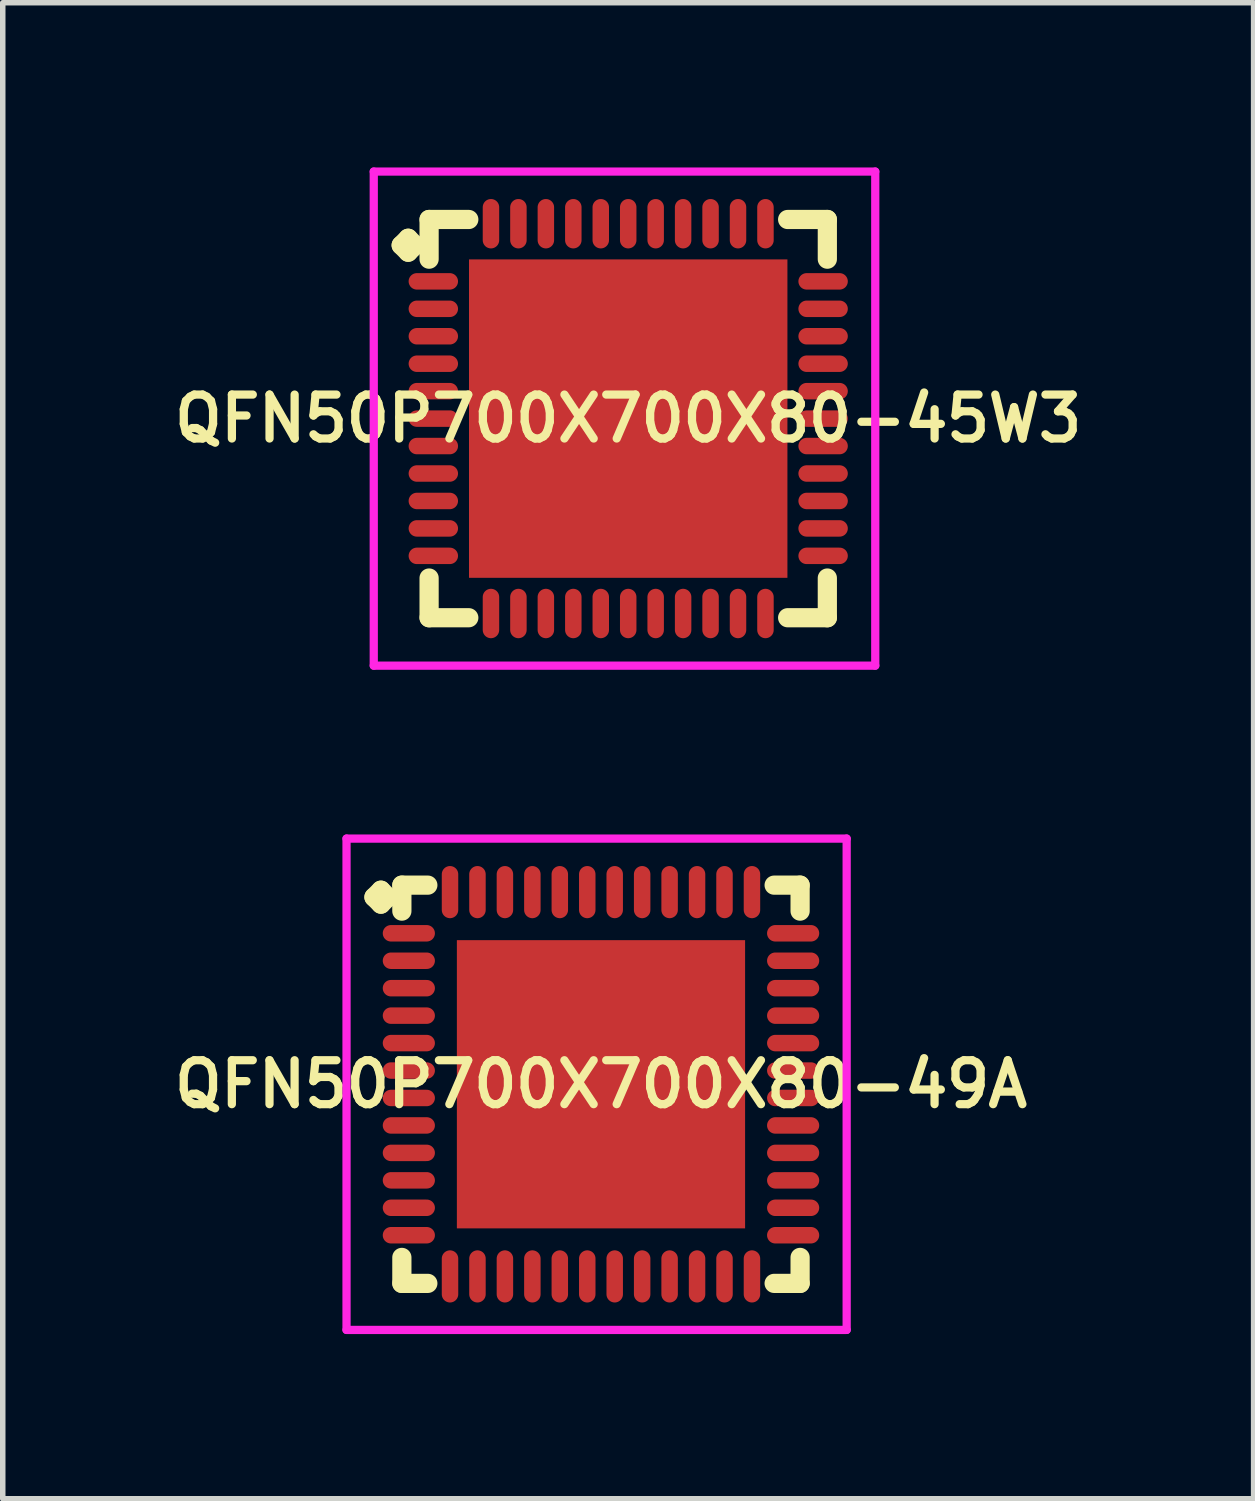
<source format=kicad_pcb>
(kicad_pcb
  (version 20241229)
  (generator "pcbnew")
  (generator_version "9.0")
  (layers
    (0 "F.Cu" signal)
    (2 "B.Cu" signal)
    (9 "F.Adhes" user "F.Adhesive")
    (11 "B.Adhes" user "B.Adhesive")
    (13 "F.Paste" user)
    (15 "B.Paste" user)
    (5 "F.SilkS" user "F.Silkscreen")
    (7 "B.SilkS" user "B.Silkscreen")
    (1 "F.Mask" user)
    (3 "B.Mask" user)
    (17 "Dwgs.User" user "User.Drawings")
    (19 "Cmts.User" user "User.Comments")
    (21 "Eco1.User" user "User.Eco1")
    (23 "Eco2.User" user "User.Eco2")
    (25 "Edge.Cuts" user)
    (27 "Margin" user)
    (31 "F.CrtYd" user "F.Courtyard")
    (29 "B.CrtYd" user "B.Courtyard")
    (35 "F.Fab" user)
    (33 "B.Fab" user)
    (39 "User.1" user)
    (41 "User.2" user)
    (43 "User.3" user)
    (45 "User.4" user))
  (footprint "QFN50P700X700X80-49A"
    (layer "F.Cu")
    (at 7.897 16.7)
    (property "Reference" "QFN50P700X700X80-49A" (at 0 0 0) (layer "F.SilkS") (effects (font (size 0.8 0.8) (thickness 0.15))))
    (attr smd)
    (fp_line (start -4.135 -3.408) (end -4.008 -3.535) (stroke (width 0.35) (type solid)) (layer "F.SilkS"))
    (fp_line (start -4.008 -3.535) (end -3.881 -3.408) (stroke (width 0.35) (type solid)) (layer "F.SilkS"))
    (fp_line (start -4.008 -3.281) (end -4.135 -3.408) (stroke (width 0.35) (type solid)) (layer "F.SilkS"))
    (fp_line (start -3.881 -3.408) (end -4.008 -3.281) (stroke (width 0.35) (type solid)) (layer "F.SilkS"))
    (fp_line (start -3.627 -3.627) (end -3.154 -3.627) (stroke (width 0.35) (type solid)) (layer "F.SilkS"))
    (fp_line (start -3.627 -3.154) (end -3.627 -3.627) (stroke (width 0.35) (type solid)) (layer "F.SilkS"))
    (fp_line (start -3.627 3.154) (end -3.627 3.627) (stroke (width 0.35) (type solid)) (layer "F.SilkS"))
    (fp_line (start -3.627 3.627) (end -3.154 3.627) (stroke (width 0.35) (type solid)) (layer "F.SilkS"))
    (fp_line (start 3.154 -3.627) (end 3.627 -3.627) (stroke (width 0.35) (type solid)) (layer "F.SilkS"))
    (fp_line (start 3.154 3.627) (end 3.627 3.627) (stroke (width 0.35) (type solid)) (layer "F.SilkS"))
    (fp_line (start 3.627 -3.627) (end 3.627 -3.154) (stroke (width 0.35) (type solid)) (layer "F.SilkS"))
    (fp_line (start 3.627 3.627) (end 3.627 3.154) (stroke (width 0.35) (type solid)) (layer "F.SilkS"))
    (fp_line (start -4.635 -4.475) (end 4.475 -4.475) (stroke (width 0.15) (type solid)) (layer "F.CrtYd"))
    (fp_line (start -4.635 4.475) (end -4.635 -4.475) (stroke (width 0.15) (type solid)) (layer "F.CrtYd"))
    (fp_line (start 4.475 -4.475) (end 4.475 4.475) (stroke (width 0.15) (type solid)) (layer "F.CrtYd"))
    (fp_line (start 4.475 4.475) (end -4.635 4.475) (stroke (width 0.15) (type solid)) (layer "F.CrtYd"))
    (pad "1" smd oval (at -3.5 -2.75) (size 0.95 0.3) (layers "F.Cu" "F.Mask" "F.Paste"))
    (pad "2" smd oval (at -3.5 -2.25) (size 0.95 0.3) (layers "F.Cu" "F.Mask" "F.Paste"))
    (pad "3" smd oval (at -3.5 -1.75) (size 0.95 0.3) (layers "F.Cu" "F.Mask" "F.Paste"))
    (pad "4" smd oval (at -3.5 -1.25) (size 0.95 0.3) (layers "F.Cu" "F.Mask" "F.Paste"))
    (pad "5" smd oval (at -3.5 -0.75) (size 0.95 0.3) (layers "F.Cu" "F.Mask" "F.Paste"))
    (pad "6" smd oval (at -3.5 -0.25) (size 0.95 0.3) (layers "F.Cu" "F.Mask" "F.Paste"))
    (pad "7" smd oval (at -3.5 0.25) (size 0.95 0.3) (layers "F.Cu" "F.Mask" "F.Paste"))
    (pad "8" smd oval (at -3.5 0.75) (size 0.95 0.3) (layers "F.Cu" "F.Mask" "F.Paste"))
    (pad "9" smd oval (at -3.5 1.25) (size 0.95 0.3) (layers "F.Cu" "F.Mask" "F.Paste"))
    (pad "10" smd oval (at -3.5 1.75) (size 0.95 0.3) (layers "F.Cu" "F.Mask" "F.Paste"))
    (pad "11" smd oval (at -3.5 2.25) (size 0.95 0.3) (layers "F.Cu" "F.Mask" "F.Paste"))
    (pad "12" smd oval (at -3.5 2.75) (size 0.95 0.3) (layers "F.Cu" "F.Mask" "F.Paste"))
    (pad "13" smd oval (at -2.75 3.5) (size 0.3 0.95) (layers "F.Cu" "F.Mask" "F.Paste"))
    (pad "14" smd oval (at -2.25 3.5) (size 0.3 0.95) (layers "F.Cu" "F.Mask" "F.Paste"))
    (pad "15" smd oval (at -1.75 3.5) (size 0.3 0.95) (layers "F.Cu" "F.Mask" "F.Paste"))
    (pad "16" smd oval (at -1.25 3.5) (size 0.3 0.95) (layers "F.Cu" "F.Mask" "F.Paste"))
    (pad "17" smd oval (at -0.75 3.5) (size 0.3 0.95) (layers "F.Cu" "F.Mask" "F.Paste"))
    (pad "18" smd oval (at -0.25 3.5) (size 0.3 0.95) (layers "F.Cu" "F.Mask" "F.Paste"))
    (pad "19" smd oval (at 0.25 3.5) (size 0.3 0.95) (layers "F.Cu" "F.Mask" "F.Paste"))
    (pad "20" smd oval (at 0.75 3.5) (size 0.3 0.95) (layers "F.Cu" "F.Mask" "F.Paste"))
    (pad "21" smd oval (at 1.25 3.5) (size 0.3 0.95) (layers "F.Cu" "F.Mask" "F.Paste"))
    (pad "22" smd oval (at 1.75 3.5) (size 0.3 0.95) (layers "F.Cu" "F.Mask" "F.Paste"))
    (pad "23" smd oval (at 2.25 3.5) (size 0.3 0.95) (layers "F.Cu" "F.Mask" "F.Paste"))
    (pad "24" smd oval (at 2.75 3.5) (size 0.3 0.95) (layers "F.Cu" "F.Mask" "F.Paste"))
    (pad "25" smd oval (at 3.5 2.75) (size 0.95 0.3) (layers "F.Cu" "F.Mask" "F.Paste"))
    (pad "26" smd oval (at 3.5 2.25) (size 0.95 0.3) (layers "F.Cu" "F.Mask" "F.Paste"))
    (pad "27" smd oval (at 3.5 1.75) (size 0.95 0.3) (layers "F.Cu" "F.Mask" "F.Paste"))
    (pad "28" smd oval (at 3.5 1.25) (size 0.95 0.3) (layers "F.Cu" "F.Mask" "F.Paste"))
    (pad "29" smd oval (at 3.5 0.75) (size 0.95 0.3) (layers "F.Cu" "F.Mask" "F.Paste"))
    (pad "30" smd oval (at 3.5 0.25) (size 0.95 0.3) (layers "F.Cu" "F.Mask" "F.Paste"))
    (pad "31" smd oval (at 3.5 -0.25) (size 0.95 0.3) (layers "F.Cu" "F.Mask" "F.Paste"))
    (pad "32" smd oval (at 3.5 -0.75) (size 0.95 0.3) (layers "F.Cu" "F.Mask" "F.Paste"))
    (pad "33" smd oval (at 3.5 -1.25) (size 0.95 0.3) (layers "F.Cu" "F.Mask" "F.Paste"))
    (pad "34" smd oval (at 3.5 -1.75) (size 0.95 0.3) (layers "F.Cu" "F.Mask" "F.Paste"))
    (pad "35" smd oval (at 3.5 -2.25) (size 0.95 0.3) (layers "F.Cu" "F.Mask" "F.Paste"))
    (pad "36" smd oval (at 3.5 -2.75) (size 0.95 0.3) (layers "F.Cu" "F.Mask" "F.Paste"))
    (pad "37" smd oval (at 2.75 -3.5) (size 0.3 0.95) (layers "F.Cu" "F.Mask" "F.Paste"))
    (pad "38" smd oval (at 2.25 -3.5) (size 0.3 0.95) (layers "F.Cu" "F.Mask" "F.Paste"))
    (pad "39" smd oval (at 1.75 -3.5) (size 0.3 0.95) (layers "F.Cu" "F.Mask" "F.Paste"))
    (pad "40" smd oval (at 1.25 -3.5) (size 0.3 0.95) (layers "F.Cu" "F.Mask" "F.Paste"))
    (pad "41" smd oval (at 0.75 -3.5) (size 0.3 0.95) (layers "F.Cu" "F.Mask" "F.Paste"))
    (pad "42" smd oval (at 0.25 -3.5) (size 0.3 0.95) (layers "F.Cu" "F.Mask" "F.Paste"))
    (pad "43" smd oval (at -0.25 -3.5) (size 0.3 0.95) (layers "F.Cu" "F.Mask" "F.Paste"))
    (pad "44" smd oval (at -0.75 -3.5) (size 0.3 0.95) (layers "F.Cu" "F.Mask" "F.Paste"))
    (pad "45" smd oval (at -1.25 -3.5) (size 0.3 0.95) (layers "F.Cu" "F.Mask" "F.Paste"))
    (pad "46" smd oval (at -1.75 -3.5) (size 0.3 0.95) (layers "F.Cu" "F.Mask" "F.Paste"))
    (pad "47" smd oval (at -2.25 -3.5) (size 0.3 0.95) (layers "F.Cu" "F.Mask" "F.Paste"))
    (pad "48" smd oval (at -2.75 -3.5) (size 0.3 0.95) (layers "F.Cu" "F.Mask" "F.Paste"))
    (pad "49" smd rect (at 0 0) (size 5.25 5.25) (layers "F.Cu" "F.Mask" "F.Paste")))
  (footprint "QFN50P700X700X80-45W3"
    (layer "F.Cu")
    (at 8.393 4.575)
    (property "Reference" "QFN50P700X700X80-45W3" (at 0 0 0) (layer "F.SilkS") (effects (font (size 0.8 0.8) (thickness 0.15))))
    (attr smd)
    (fp_line (start -4.135 -3.158) (end -4.008 -3.285) (stroke (width 0.35) (type solid)) (layer "F.SilkS"))
    (fp_line (start -4.008 -3.285) (end -3.881 -3.158) (stroke (width 0.35) (type solid)) (layer "F.SilkS"))
    (fp_line (start -4.008 -3.031) (end -4.135 -3.158) (stroke (width 0.35) (type solid)) (layer "F.SilkS"))
    (fp_line (start -3.881 -3.158) (end -4.008 -3.031) (stroke (width 0.35) (type solid)) (layer "F.SilkS"))
    (fp_line (start -3.627 -3.627) (end -2.904 -3.627) (stroke (width 0.35) (type solid)) (layer "F.SilkS"))
    (fp_line (start -3.627 -2.904) (end -3.627 -3.627) (stroke (width 0.35) (type solid)) (layer "F.SilkS"))
    (fp_line (start -3.627 2.904) (end -3.627 3.627) (stroke (width 0.35) (type solid)) (layer "F.SilkS"))
    (fp_line (start -3.627 3.627) (end -2.904 3.627) (stroke (width 0.35) (type solid)) (layer "F.SilkS"))
    (fp_line (start 2.904 -3.627) (end 3.627 -3.627) (stroke (width 0.35) (type solid)) (layer "F.SilkS"))
    (fp_line (start 2.904 3.627) (end 3.627 3.627) (stroke (width 0.35) (type solid)) (layer "F.SilkS"))
    (fp_line (start 3.627 -3.627) (end 3.627 -2.904) (stroke (width 0.35) (type solid)) (layer "F.SilkS"))
    (fp_line (start 3.627 3.627) (end 3.627 2.904) (stroke (width 0.35) (type solid)) (layer "F.SilkS"))
    (fp_line (start -4.635 -4.5) (end 4.5 -4.5) (stroke (width 0.15) (type solid)) (layer "F.CrtYd"))
    (fp_line (start -4.635 4.5) (end -4.635 -4.5) (stroke (width 0.15) (type solid)) (layer "F.CrtYd"))
    (fp_line (start 4.5 -4.5) (end 4.5 4.5) (stroke (width 0.15) (type solid)) (layer "F.CrtYd"))
    (fp_line (start 4.5 4.5) (end -4.635 4.5) (stroke (width 0.15) (type solid)) (layer "F.CrtYd"))
    (pad "1" smd oval (at -3.55 -2.5) (size 0.9 0.3) (layers "F.Cu" "F.Mask" "F.Paste"))
    (pad "2" smd oval (at -3.55 -2) (size 0.9 0.3) (layers "F.Cu" "F.Mask" "F.Paste"))
    (pad "3" smd oval (at -3.55 -1.5) (size 0.9 0.3) (layers "F.Cu" "F.Mask" "F.Paste"))
    (pad "4" smd oval (at -3.55 -1) (size 0.9 0.3) (layers "F.Cu" "F.Mask" "F.Paste"))
    (pad "5" smd oval (at -3.55 -0.5) (size 0.9 0.3) (layers "F.Cu" "F.Mask" "F.Paste"))
    (pad "6" smd oval (at -3.55 0) (size 0.9 0.3) (layers "F.Cu" "F.Mask" "F.Paste"))
    (pad "7" smd oval (at -3.55 0.5) (size 0.9 0.3) (layers "F.Cu" "F.Mask" "F.Paste"))
    (pad "8" smd oval (at -3.55 1) (size 0.9 0.3) (layers "F.Cu" "F.Mask" "F.Paste"))
    (pad "9" smd oval (at -3.55 1.5) (size 0.9 0.3) (layers "F.Cu" "F.Mask" "F.Paste"))
    (pad "10" smd oval (at -3.55 2) (size 0.9 0.3) (layers "F.Cu" "F.Mask" "F.Paste"))
    (pad "11" smd oval (at -3.55 2.5) (size 0.9 0.3) (layers "F.Cu" "F.Mask" "F.Paste"))
    (pad "12" smd oval (at -2.5 3.55) (size 0.3 0.9) (layers "F.Cu" "F.Mask" "F.Paste"))
    (pad "13" smd oval (at -2 3.55) (size 0.3 0.9) (layers "F.Cu" "F.Mask" "F.Paste"))
    (pad "14" smd oval (at -1.5 3.55) (size 0.3 0.9) (layers "F.Cu" "F.Mask" "F.Paste"))
    (pad "15" smd oval (at -1 3.55) (size 0.3 0.9) (layers "F.Cu" "F.Mask" "F.Paste"))
    (pad "16" smd oval (at -0.5 3.55) (size 0.3 0.9) (layers "F.Cu" "F.Mask" "F.Paste"))
    (pad "17" smd oval (at 0 3.55) (size 0.3 0.9) (layers "F.Cu" "F.Mask" "F.Paste"))
    (pad "18" smd oval (at 0.5 3.55) (size 0.3 0.9) (layers "F.Cu" "F.Mask" "F.Paste"))
    (pad "19" smd oval (at 1 3.55) (size 0.3 0.9) (layers "F.Cu" "F.Mask" "F.Paste"))
    (pad "20" smd oval (at 1.5 3.55) (size 0.3 0.9) (layers "F.Cu" "F.Mask" "F.Paste"))
    (pad "21" smd oval (at 2 3.55) (size 0.3 0.9) (layers "F.Cu" "F.Mask" "F.Paste"))
    (pad "22" smd oval (at 2.5 3.55) (size 0.3 0.9) (layers "F.Cu" "F.Mask" "F.Paste"))
    (pad "23" smd oval (at 3.55 2.5) (size 0.9 0.3) (layers "F.Cu" "F.Mask" "F.Paste"))
    (pad "24" smd oval (at 3.55 2) (size 0.9 0.3) (layers "F.Cu" "F.Mask" "F.Paste"))
    (pad "25" smd oval (at 3.55 1.5) (size 0.9 0.3) (layers "F.Cu" "F.Mask" "F.Paste"))
    (pad "26" smd oval (at 3.55 1) (size 0.9 0.3) (layers "F.Cu" "F.Mask" "F.Paste"))
    (pad "27" smd oval (at 3.55 0.5) (size 0.9 0.3) (layers "F.Cu" "F.Mask" "F.Paste"))
    (pad "28" smd oval (at 3.55 0) (size 0.9 0.3) (layers "F.Cu" "F.Mask" "F.Paste"))
    (pad "29" smd oval (at 3.55 -0.5) (size 0.9 0.3) (layers "F.Cu" "F.Mask" "F.Paste"))
    (pad "30" smd oval (at 3.55 -1) (size 0.9 0.3) (layers "F.Cu" "F.Mask" "F.Paste"))
    (pad "31" smd oval (at 3.55 -1.5) (size 0.9 0.3) (layers "F.Cu" "F.Mask" "F.Paste"))
    (pad "32" smd oval (at 3.55 -2) (size 0.9 0.3) (layers "F.Cu" "F.Mask" "F.Paste"))
    (pad "33" smd oval (at 3.55 -2.5) (size 0.9 0.3) (layers "F.Cu" "F.Mask" "F.Paste"))
    (pad "34" smd oval (at 2.5 -3.55) (size 0.3 0.9) (layers "F.Cu" "F.Mask" "F.Paste"))
    (pad "35" smd oval (at 2 -3.55) (size 0.3 0.9) (layers "F.Cu" "F.Mask" "F.Paste"))
    (pad "36" smd oval (at 1.5 -3.55) (size 0.3 0.9) (layers "F.Cu" "F.Mask" "F.Paste"))
    (pad "37" smd oval (at 1 -3.55) (size 0.3 0.9) (layers "F.Cu" "F.Mask" "F.Paste"))
    (pad "38" smd oval (at 0.5 -3.55) (size 0.3 0.9) (layers "F.Cu" "F.Mask" "F.Paste"))
    (pad "39" smd oval (at 0 -3.55) (size 0.3 0.9) (layers "F.Cu" "F.Mask" "F.Paste"))
    (pad "40" smd oval (at -0.5 -3.55) (size 0.3 0.9) (layers "F.Cu" "F.Mask" "F.Paste"))
    (pad "41" smd oval (at -1 -3.55) (size 0.3 0.9) (layers "F.Cu" "F.Mask" "F.Paste"))
    (pad "42" smd oval (at -1.5 -3.55) (size 0.3 0.9) (layers "F.Cu" "F.Mask" "F.Paste"))
    (pad "43" smd oval (at -2 -3.55) (size 0.3 0.9) (layers "F.Cu" "F.Mask" "F.Paste"))
    (pad "44" smd oval (at -2.5 -3.55) (size 0.3 0.9) (layers "F.Cu" "F.Mask" "F.Paste"))
    (pad "45" smd rect (at 0 0) (size 5.8 5.8) (layers "F.Cu" "F.Mask" "F.Paste")))
  (gr_rect
    (start -3 -3)
    (end 19.785 24.25)
    (stroke (width 0.1) (type default))
    (fill no)
    (layer "Edge.Cuts")))
</source>
